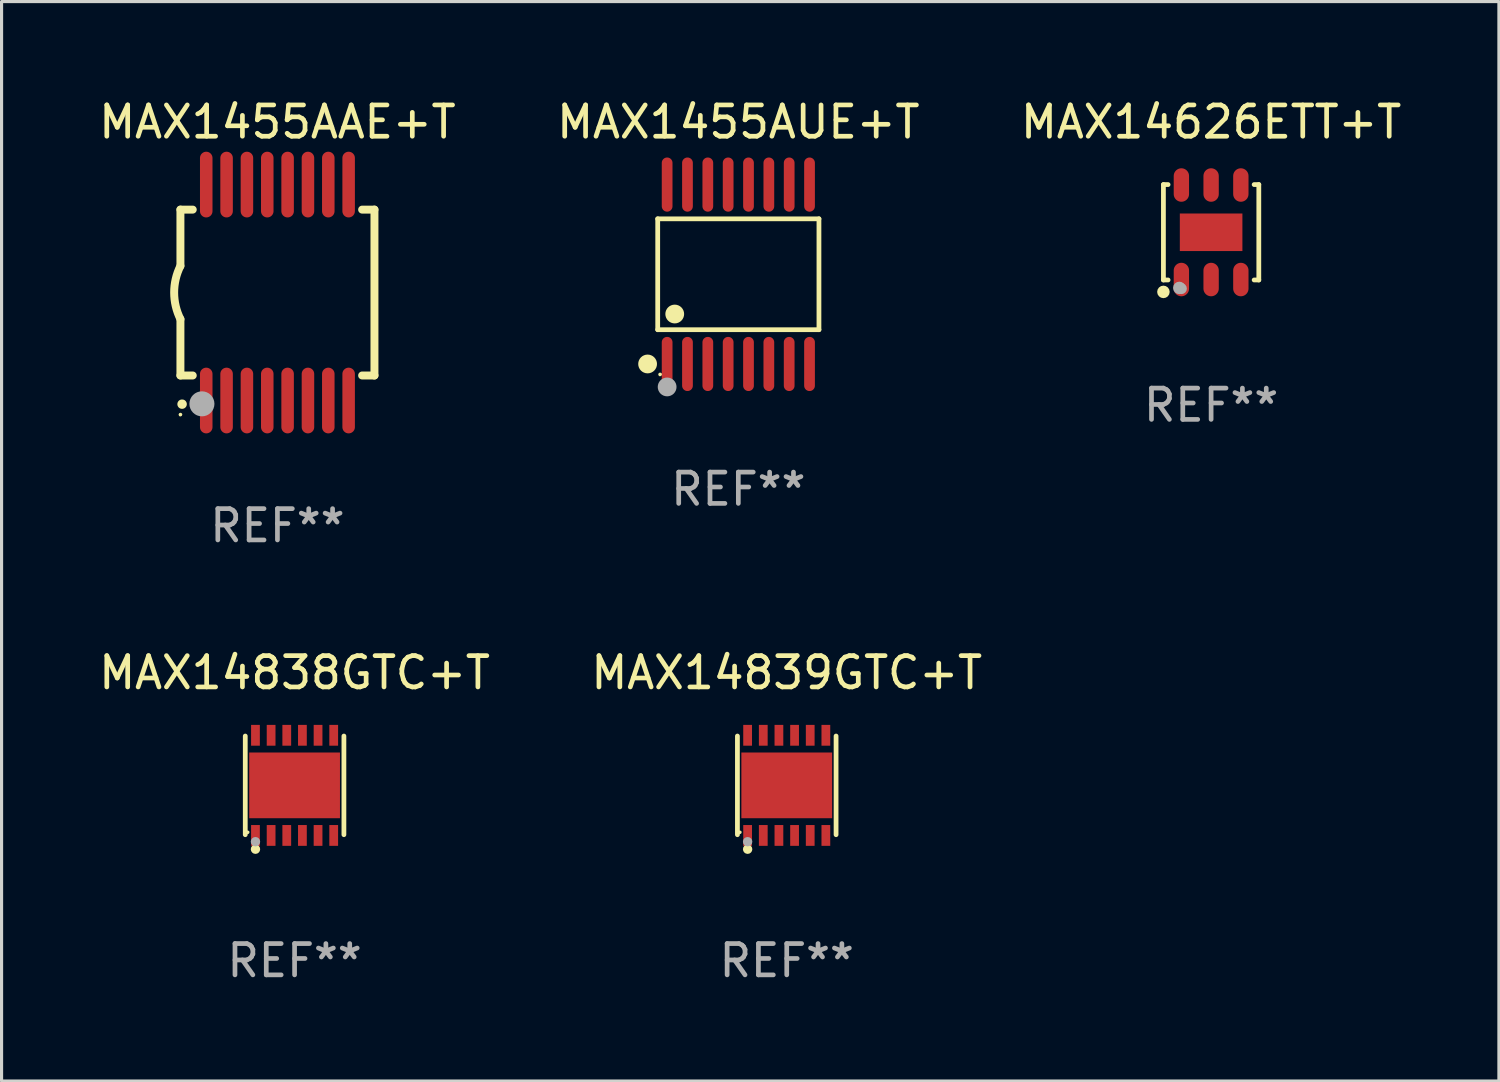
<source format=kicad_pcb>
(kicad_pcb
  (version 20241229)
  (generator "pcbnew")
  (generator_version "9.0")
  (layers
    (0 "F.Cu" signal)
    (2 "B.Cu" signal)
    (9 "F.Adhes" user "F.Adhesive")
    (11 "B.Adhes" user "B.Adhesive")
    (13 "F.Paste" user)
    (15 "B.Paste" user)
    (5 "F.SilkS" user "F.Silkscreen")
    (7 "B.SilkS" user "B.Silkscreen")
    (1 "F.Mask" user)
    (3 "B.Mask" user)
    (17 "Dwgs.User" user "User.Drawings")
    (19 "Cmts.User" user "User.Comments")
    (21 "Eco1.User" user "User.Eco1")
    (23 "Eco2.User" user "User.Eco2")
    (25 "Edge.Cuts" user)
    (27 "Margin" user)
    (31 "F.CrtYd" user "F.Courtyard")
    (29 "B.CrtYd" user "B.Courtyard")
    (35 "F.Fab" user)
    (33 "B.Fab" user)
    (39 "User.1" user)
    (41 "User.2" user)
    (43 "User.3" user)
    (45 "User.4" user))
  (footprint "MAX14626ETT+T"
    (layer "F.Cu")
    (at 35.649 4.372)
    (property "Reference" "MAX14626ETT+T" (at 0 -3.524 0) (layer "F.SilkS") (effects (font (size 1 1) (thickness 0.15))))
    (attr through_hole)
    (fp_line (start -1.524 -1.524) (end -1.375 -1.524) (stroke (width 0.152) (type solid)) (layer "F.SilkS"))
    (fp_line (start -1.524 1.524) (end -1.524 -1.524) (stroke (width 0.152) (type solid)) (layer "F.SilkS"))
    (fp_line (start -1.375 1.524) (end -1.524 1.524) (stroke (width 0.152) (type solid)) (layer "F.SilkS"))
    (fp_line (start 1.375 -1.524) (end 1.524 -1.524) (stroke (width 0.152) (type solid)) (layer "F.SilkS"))
    (fp_line (start 1.524 -1.524) (end 1.524 1.524) (stroke (width 0.152) (type solid)) (layer "F.SilkS"))
    (fp_line (start 1.524 1.524) (end 1.375 1.524) (stroke (width 0.152) (type solid)) (layer "F.SilkS"))
    (fp_circle (center -1.524 1.905) (end -1.424 1.905) (stroke (width 0.2) (type solid)) (fill no) (layer "F.SilkS"))
    (fp_circle (center -1.5 1.5) (end -1.47 1.5) (stroke (width 0.06) (type solid)) (fill no) (layer "F.SilkS"))
    (fp_circle (center -1.016 1.778) (end -0.916 1.778) (stroke (width 0.2) (type solid)) (fill no) (layer "F.Fab"))
    (fp_circle (center -0.95 1.8) (end -0.862 1.8) (stroke (width 0.175) (type solid)) (fill no) (layer "F.Fab"))
    (fp_text user "REF**" (at 0 5.524 0) (layer "F.Fab") (effects (font (size 1 1) (thickness 0.15))))
    (pad "1" smd oval (at -0.95 1.51) (size 0.49 1.07) (layers "F.Cu" "F.Mask" "F.Paste"))
    (pad "2" smd oval (at 0 1.51) (size 0.49 1.07) (layers "F.Cu" "F.Mask" "F.Paste"))
    (pad "3" smd oval (at 0.95 1.51) (size 0.49 1.07) (layers "F.Cu" "F.Mask" "F.Paste"))
    (pad "4" smd oval (at 0.95 -1.51) (size 0.49 1.07) (layers "F.Cu" "F.Mask" "F.Paste"))
    (pad "5" smd oval (at 0 -1.51) (size 0.49 1.07) (layers "F.Cu" "F.Mask" "F.Paste"))
    (pad "6" smd oval (at -0.95 -1.51) (size 0.49 1.07) (layers "F.Cu" "F.Mask" "F.Paste"))
    (pad "7" smd rect (at 0 0) (size 2 1.2) (layers "F.Cu" "F.Mask" "F.Paste")))
  (footprint "MAX1455AUE+T"
    (layer "F.Cu")
    (at 20.542 5.714)
    (property "Reference" "MAX1455AUE+T" (at 0 -4.866 0) (layer "F.SilkS") (effects (font (size 1 1) (thickness 0.15))))
    (attr through_hole)
    (fp_line (start -2.576 -1.772) (end 2.576 -1.772) (stroke (width 0.152) (type solid)) (layer "F.SilkS"))
    (fp_line (start -2.576 1.771) (end -2.576 -1.772) (stroke (width 0.152) (type solid)) (layer "F.SilkS"))
    (fp_line (start 2.576 -1.772) (end 2.576 1.771) (stroke (width 0.152) (type solid)) (layer "F.SilkS"))
    (fp_line (start 2.576 1.771) (end -2.576 1.771) (stroke (width 0.152) (type solid)) (layer "F.SilkS"))
    (fp_circle (center -2.899 2.866) (end -2.749 2.866) (stroke (width 0.3) (type solid)) (fill no) (layer "F.SilkS"))
    (fp_circle (center -2.5 3.2) (end -2.47 3.2) (stroke (width 0.06) (type solid)) (fill no) (layer "F.SilkS"))
    (fp_circle (center -2.032 1.27) (end -1.882 1.27) (stroke (width 0.3) (type solid)) (fill no) (layer "F.SilkS"))
    (fp_circle (center -2.275 3.6) (end -2.125 3.6) (stroke (width 0.3) (type solid)) (fill no) (layer "F.Fab"))
    (fp_text user "REF**" (at 0 6.866 0) (layer "F.Fab") (effects (font (size 1 1) (thickness 0.15))))
    (pad "1" smd oval (at -2.275 2.866) (size 0.343 1.731) (layers "F.Cu" "F.Mask" "F.Paste"))
    (pad "2" smd oval (at -1.625 2.866) (size 0.343 1.731) (layers "F.Cu" "F.Mask" "F.Paste"))
    (pad "3" smd oval (at -0.975 2.866) (size 0.343 1.731) (layers "F.Cu" "F.Mask" "F.Paste"))
    (pad "4" smd oval (at -0.325 2.866) (size 0.343 1.731) (layers "F.Cu" "F.Mask" "F.Paste"))
    (pad "5" smd oval (at 0.325 2.866) (size 0.343 1.731) (layers "F.Cu" "F.Mask" "F.Paste"))
    (pad "6" smd oval (at 0.975 2.866) (size 0.343 1.731) (layers "F.Cu" "F.Mask" "F.Paste"))
    (pad "7" smd oval (at 1.625 2.866) (size 0.343 1.731) (layers "F.Cu" "F.Mask" "F.Paste"))
    (pad "8" smd oval (at 2.275 2.866) (size 0.343 1.731) (layers "F.Cu" "F.Mask" "F.Paste"))
    (pad "9" smd oval (at 2.275 -2.866) (size 0.343 1.731) (layers "F.Cu" "F.Mask" "F.Paste"))
    (pad "10" smd oval (at 1.625 -2.866) (size 0.343 1.731) (layers "F.Cu" "F.Mask" "F.Paste"))
    (pad "11" smd oval (at 0.975 -2.866) (size 0.343 1.731) (layers "F.Cu" "F.Mask" "F.Paste"))
    (pad "12" smd oval (at 0.325 -2.866) (size 0.343 1.731) (layers "F.Cu" "F.Mask" "F.Paste"))
    (pad "13" smd oval (at -0.325 -2.866) (size 0.343 1.731) (layers "F.Cu" "F.Mask" "F.Paste"))
    (pad "14" smd oval (at -0.975 -2.866) (size 0.343 1.731) (layers "F.Cu" "F.Mask" "F.Paste"))
    (pad "15" smd oval (at -1.625 -2.866) (size 0.343 1.731) (layers "F.Cu" "F.Mask" "F.Paste"))
    (pad "16" smd oval (at -2.275 -2.866) (size 0.343 1.731) (layers "F.Cu" "F.Mask" "F.Paste")))
  (footprint "MAX14838GTC+T"
    (layer "F.Cu")
    (at 6.363 22.045)
    (property "Reference" "MAX14838GTC+T" (at 0 -3.6 0) (layer "F.SilkS") (effects (font (size 1 1) (thickness 0.15))))
    (attr through_hole)
    (fp_line (start -1.576 1.576) (end -1.576 -1.576) (stroke (width 0.152) (type solid)) (layer "F.SilkS"))
    (fp_line (start 1.576 1.576) (end 1.576 -1.576) (stroke (width 0.152) (type solid)) (layer "F.SilkS"))
    (fp_circle (center -1.5 1.5) (end -1.47 1.5) (stroke (width 0.06) (type solid)) (fill no) (layer "F.SilkS"))
    (fp_circle (center -1.25 2.04) (end -1.175 2.04) (stroke (width 0.15) (type solid)) (fill no) (layer "F.SilkS"))
    (fp_circle (center -1.25 1.8) (end -1.175 1.8) (stroke (width 0.15) (type solid)) (fill no) (layer "F.Fab"))
    (fp_text user "REF**" (at 0 5.6 0) (layer "F.Fab") (effects (font (size 1 1) (thickness 0.15))))
    (pad "1" smd rect (at -1.25 1.6) (size 0.28 0.665) (layers "F.Cu" "F.Mask" "F.Paste"))
    (pad "2" smd rect (at -0.75 1.6) (size 0.28 0.665) (layers "F.Cu" "F.Mask" "F.Paste"))
    (pad "3" smd rect (at -0.25 1.6) (size 0.28 0.665) (layers "F.Cu" "F.Mask" "F.Paste"))
    (pad "4" smd rect (at 0.25 1.6) (size 0.28 0.665) (layers "F.Cu" "F.Mask" "F.Paste"))
    (pad "5" smd rect (at 0.75 1.6) (size 0.28 0.665) (layers "F.Cu" "F.Mask" "F.Paste"))
    (pad "6" smd rect (at 1.25 1.6) (size 0.28 0.665) (layers "F.Cu" "F.Mask" "F.Paste"))
    (pad "7" smd rect (at 1.25 -1.6) (size 0.28 0.665) (layers "F.Cu" "F.Mask" "F.Paste"))
    (pad "8" smd rect (at 0.75 -1.6) (size 0.28 0.665) (layers "F.Cu" "F.Mask" "F.Paste"))
    (pad "9" smd rect (at 0.25 -1.6) (size 0.28 0.665) (layers "F.Cu" "F.Mask" "F.Paste"))
    (pad "10" smd rect (at -0.25 -1.6) (size 0.28 0.665) (layers "F.Cu" "F.Mask" "F.Paste"))
    (pad "11" smd rect (at -0.75 -1.6) (size 0.28 0.665) (layers "F.Cu" "F.Mask" "F.Paste"))
    (pad "12" smd rect (at -1.25 -1.6) (size 0.28 0.665) (layers "F.Cu" "F.Mask" "F.Paste"))
    (pad "13" smd rect (at 0 0) (size 2.9 2.1) (layers "F.Cu" "F.Mask" "F.Paste")))
  (footprint "MAX14839GTC+T"
    (layer "F.Cu")
    (at 22.089 22.045)
    (property "Reference" "MAX14839GTC+T" (at 0 -3.6 0) (layer "F.SilkS") (effects (font (size 1 1) (thickness 0.15))))
    (attr through_hole)
    (fp_line (start -1.576 1.576) (end -1.576 -1.576) (stroke (width 0.152) (type solid)) (layer "F.SilkS"))
    (fp_line (start 1.576 1.576) (end 1.576 -1.576) (stroke (width 0.152) (type solid)) (layer "F.SilkS"))
    (fp_circle (center -1.5 1.5) (end -1.47 1.5) (stroke (width 0.06) (type solid)) (fill no) (layer "F.SilkS"))
    (fp_circle (center -1.25 2.04) (end -1.175 2.04) (stroke (width 0.15) (type solid)) (fill no) (layer "F.SilkS"))
    (fp_circle (center -1.25 1.8) (end -1.175 1.8) (stroke (width 0.15) (type solid)) (fill no) (layer "F.Fab"))
    (fp_text user "REF**" (at 0 5.6 0) (layer "F.Fab") (effects (font (size 1 1) (thickness 0.15))))
    (pad "1" smd rect (at -1.25 1.6) (size 0.28 0.665) (layers "F.Cu" "F.Mask" "F.Paste"))
    (pad "2" smd rect (at -0.75 1.6) (size 0.28 0.665) (layers "F.Cu" "F.Mask" "F.Paste"))
    (pad "3" smd rect (at -0.25 1.6) (size 0.28 0.665) (layers "F.Cu" "F.Mask" "F.Paste"))
    (pad "4" smd rect (at 0.25 1.6) (size 0.28 0.665) (layers "F.Cu" "F.Mask" "F.Paste"))
    (pad "5" smd rect (at 0.75 1.6) (size 0.28 0.665) (layers "F.Cu" "F.Mask" "F.Paste"))
    (pad "6" smd rect (at 1.25 1.6) (size 0.28 0.665) (layers "F.Cu" "F.Mask" "F.Paste"))
    (pad "7" smd rect (at 1.25 -1.6) (size 0.28 0.665) (layers "F.Cu" "F.Mask" "F.Paste"))
    (pad "8" smd rect (at 0.75 -1.6) (size 0.28 0.665) (layers "F.Cu" "F.Mask" "F.Paste"))
    (pad "9" smd rect (at 0.25 -1.6) (size 0.28 0.665) (layers "F.Cu" "F.Mask" "F.Paste"))
    (pad "10" smd rect (at -0.25 -1.6) (size 0.28 0.665) (layers "F.Cu" "F.Mask" "F.Paste"))
    (pad "11" smd rect (at -0.75 -1.6) (size 0.28 0.665) (layers "F.Cu" "F.Mask" "F.Paste"))
    (pad "12" smd rect (at -1.25 -1.6) (size 0.28 0.665) (layers "F.Cu" "F.Mask" "F.Paste"))
    (pad "13" smd rect (at 0 0) (size 2.9 2.1) (layers "F.Cu" "F.Mask" "F.Paste")))
  (footprint "MAX1455AAE+T"
    (layer "F.Cu")
    (at 5.815 6.298)
    (property "Reference" "MAX1455AAE+T" (at 0 -5.45 0) (layer "F.SilkS") (effects (font (size 1 1) (thickness 0.15))))
    (attr through_hole)
    (fp_line (start -3.1 -2.65) (end -3.1 -0.85) (stroke (width 0.254) (type solid)) (layer "F.SilkS"))
    (fp_line (start -3.1 -2.65) (end -2.706 -2.65) (stroke (width 0.254) (type solid)) (layer "F.SilkS"))
    (fp_line (start -3.1 2.65) (end -3.1 0.85) (stroke (width 0.254) (type solid)) (layer "F.SilkS"))
    (fp_line (start -3.1 2.65) (end -2.706 2.65) (stroke (width 0.254) (type solid)) (layer "F.SilkS"))
    (fp_line (start 2.706 -2.65) (end 3.1 -2.65) (stroke (width 0.254) (type solid)) (layer "F.SilkS"))
    (fp_line (start 2.706 2.65) (end 3.1 2.65) (stroke (width 0.254) (type solid)) (layer "F.SilkS"))
    (fp_line (start 3.1 -2.65) (end 3.1 2.65) (stroke (width 0.254) (type solid)) (layer "F.SilkS"))
    (fp_arc (start -3.098907 0.850775) (mid -3.300057 0.000396) (end -3.1 -0.850241) (stroke (width 0.254001) (type solid)) (layer "F.SilkS"))
    (fp_arc (start -3.048006 3.565939) (mid -3.046736 3.565934) (end -3.045466 3.565939) (stroke (width 0.3) (type solid)) (layer "F.SilkS"))
    (fp_circle (center -3.1 3.9) (end -3.07 3.9) (stroke (width 0.06) (type solid)) (fill no) (layer "F.SilkS"))
    (fp_circle (center -2.413 3.556) (end -2.213 3.556) (stroke (width 0.4) (type solid)) (fill no) (layer "F.Fab"))
    (fp_text user "REF**" (at 0 7.45 0) (layer "F.Fab") (effects (font (size 1 1) (thickness 0.15))))
    (pad "1" smd oval (at -2.275 3.45 180) (size 0.4 2.1) (layers "F.Cu" "F.Mask" "F.Paste"))
    (pad "2" smd oval (at -1.625 3.45 180) (size 0.4 2.1) (layers "F.Cu" "F.Mask" "F.Paste"))
    (pad "3" smd oval (at -0.975 3.45 180) (size 0.4 2.1) (layers "F.Cu" "F.Mask" "F.Paste"))
    (pad "4" smd oval (at -0.325 3.45 180) (size 0.4 2.1) (layers "F.Cu" "F.Mask" "F.Paste"))
    (pad "5" smd oval (at 0.325 3.45 180) (size 0.4 2.1) (layers "F.Cu" "F.Mask" "F.Paste"))
    (pad "6" smd oval (at 0.975 3.45 180) (size 0.4 2.1) (layers "F.Cu" "F.Mask" "F.Paste"))
    (pad "7" smd oval (at 1.625 3.45 180) (size 0.4 2.1) (layers "F.Cu" "F.Mask" "F.Paste"))
    (pad "8" smd oval (at 2.275 3.45 180) (size 0.4 2.1) (layers "F.Cu" "F.Mask" "F.Paste"))
    (pad "9" smd oval (at 2.275 -3.45 180) (size 0.4 2.1) (layers "F.Cu" "F.Mask" "F.Paste"))
    (pad "10" smd oval (at 1.625 -3.45 180) (size 0.4 2.1) (layers "F.Cu" "F.Mask" "F.Paste"))
    (pad "11" smd oval (at 0.975 -3.45 180) (size 0.4 2.1) (layers "F.Cu" "F.Mask" "F.Paste"))
    (pad "12" smd oval (at 0.325 -3.45 180) (size 0.4 2.1) (layers "F.Cu" "F.Mask" "F.Paste"))
    (pad "13" smd oval (at -0.325 -3.45 180) (size 0.4 2.1) (layers "F.Cu" "F.Mask" "F.Paste"))
    (pad "14" smd oval (at -0.975 -3.45 180) (size 0.4 2.1) (layers "F.Cu" "F.Mask" "F.Paste"))
    (pad "15" smd oval (at -1.625 -3.45 180) (size 0.4 2.1) (layers "F.Cu" "F.Mask" "F.Paste"))
    (pad "16" smd oval (at -2.275 -3.45 180) (size 0.4 2.1) (layers "F.Cu" "F.Mask" "F.Paste")))
  (gr_rect
    (start -3 -3)
    (end 44.845 31.493)
    (stroke (width 0.1) (type default))
    (fill no)
    (layer "Edge.Cuts")))
</source>
